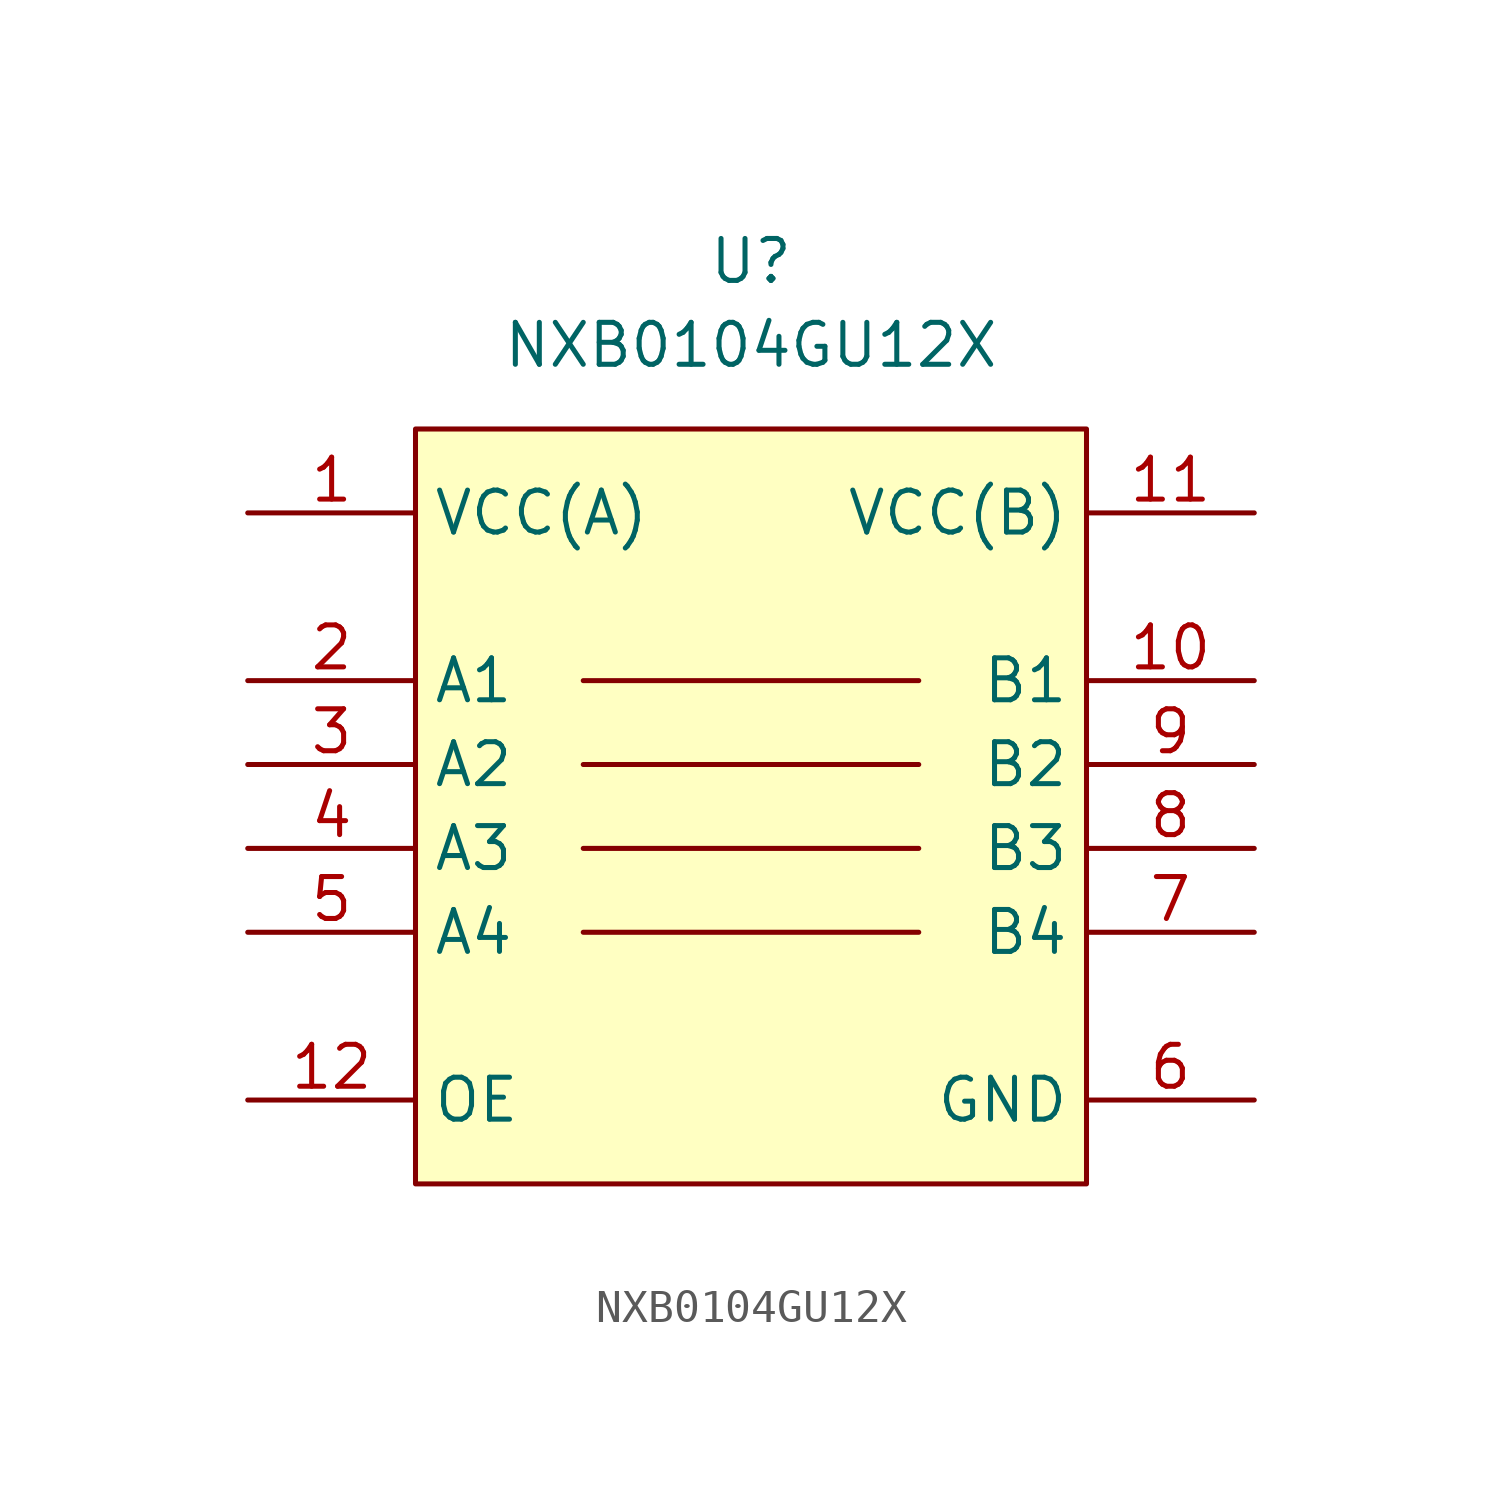
<source format=kicad_sym>
(kicad_symbol_lib
  (version 20241209)
  (generator "kicad_symbol_editor")
  (generator_version "9.0")
  (symbol "NXB0104GU12X"
    (property "Reference" "U"
      (at 0 5.08 0)
      (effects (font (size 1.27 1.27))))
    (property "Value" "NXB0104GU12X"
      (at 0 2.54 0)
      (effects (font (size 1.27 1.27))))
    (symbol "NXB0104GU12X_1_1"
      (rectangle (start -10.16 0) (end 10.16 -22.86) (stroke (width 0) (type solid)) (fill (type background)))
      (polyline (pts (xy -5.08 -7.62) (xy 5.08 -7.62)) (stroke (width 0) (type default)) (fill (type none)))
      (polyline (pts (xy -5.08 -12.7) (xy 5.08 -12.7)) (stroke (width 0) (type default)) (fill (type none)))
      (polyline (pts (xy 5.08 -10.16) (xy -5.08 -10.16)) (stroke (width 0) (type default)) (fill (type none)))
      (polyline (pts (xy 5.08 -15.24) (xy -5.08 -15.24)) (stroke (width 0) (type default)) (fill (type none)))
      (pin passive line (at -15.24 -2.54 0) (length 5.08) (name "VCC(A)" (effects (font (size 1.27 1.27)))) (number "1" (effects (font (size 1.27 1.27)))))
      (pin passive line (at -15.24 -7.62 0) (length 5.08) (name "A1" (effects (font (size 1.27 1.27)))) (number "2" (effects (font (size 1.27 1.27)))))
      (pin passive line (at -15.24 -10.16 0) (length 5.08) (name "A2" (effects (font (size 1.27 1.27)))) (number "3" (effects (font (size 1.27 1.27)))))
      (pin passive line (at -15.24 -12.7 0) (length 5.08) (name "A3" (effects (font (size 1.27 1.27)))) (number "4" (effects (font (size 1.27 1.27)))))
      (pin passive line (at -15.24 -15.24 0) (length 5.08) (name "A4" (effects (font (size 1.27 1.27)))) (number "5" (effects (font (size 1.27 1.27)))))
      (pin passive line (at -15.24 -20.32 0) (length 5.08) (name "OE" (effects (font (size 1.27 1.27)))) (number "12" (effects (font (size 1.27 1.27)))))
      (pin passive line (at 15.24 -2.54 180) (length 5.08) (name "VCC(B)" (effects (font (size 1.27 1.27)))) (number "11" (effects (font (size 1.27 1.27)))))
      (pin passive line (at 15.24 -7.62 180) (length 5.08) (name "B1" (effects (font (size 1.27 1.27)))) (number "10" (effects (font (size 1.27 1.27)))))
      (pin passive line (at 15.24 -10.16 180) (length 5.08) (name "B2" (effects (font (size 1.27 1.27)))) (number "9" (effects (font (size 1.27 1.27)))))
      (pin passive line (at 15.24 -12.7 180) (length 5.08) (name "B3" (effects (font (size 1.27 1.27)))) (number "8" (effects (font (size 1.27 1.27)))))
      (pin passive line (at 15.24 -15.24 180) (length 5.08) (name "B4" (effects (font (size 1.27 1.27)))) (number "7" (effects (font (size 1.27 1.27)))))
      (pin passive line (at 15.24 -20.32 180) (length 5.08) (name "GND" (effects (font (size 1.27 1.27)))) (number "6" (effects (font (size 1.27 1.27))))))))
</source>
